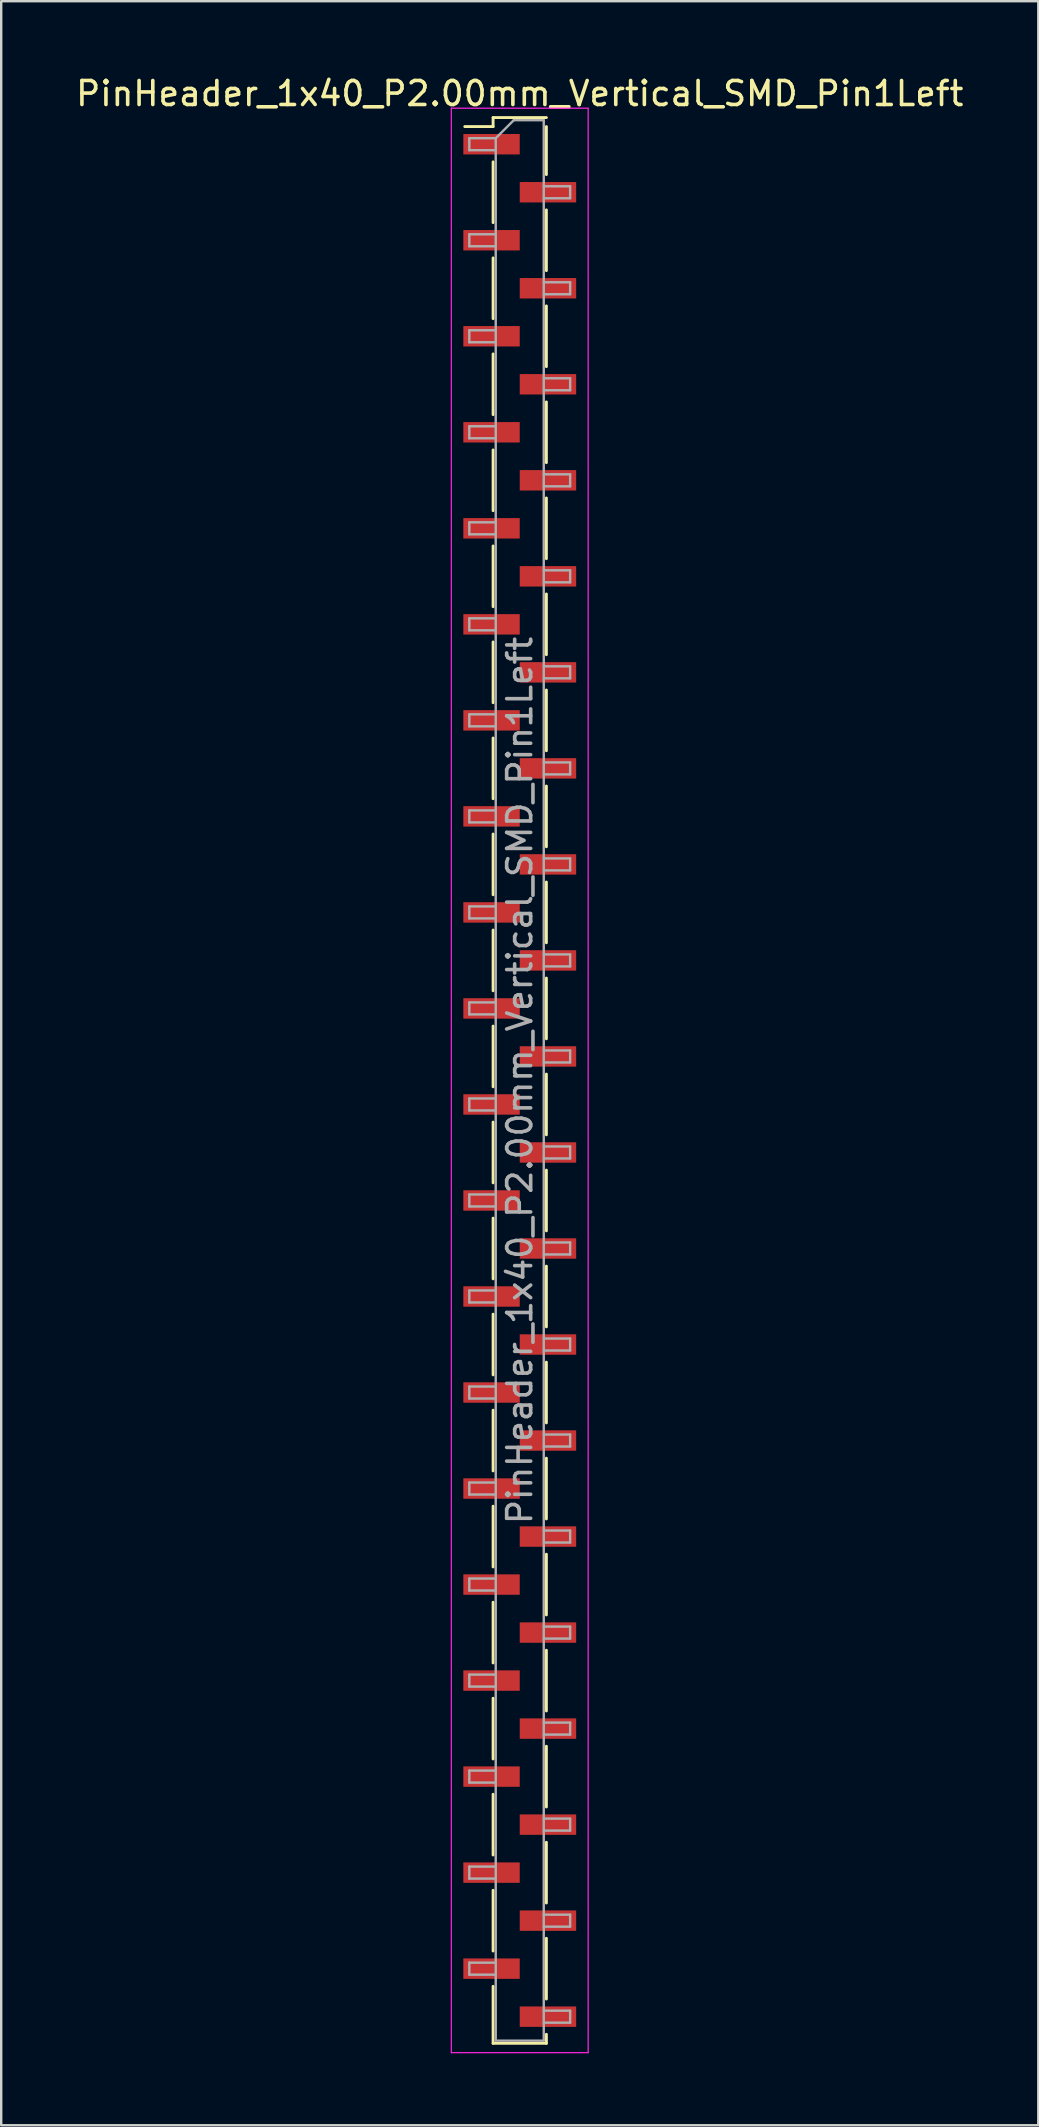
<source format=kicad_pcb>
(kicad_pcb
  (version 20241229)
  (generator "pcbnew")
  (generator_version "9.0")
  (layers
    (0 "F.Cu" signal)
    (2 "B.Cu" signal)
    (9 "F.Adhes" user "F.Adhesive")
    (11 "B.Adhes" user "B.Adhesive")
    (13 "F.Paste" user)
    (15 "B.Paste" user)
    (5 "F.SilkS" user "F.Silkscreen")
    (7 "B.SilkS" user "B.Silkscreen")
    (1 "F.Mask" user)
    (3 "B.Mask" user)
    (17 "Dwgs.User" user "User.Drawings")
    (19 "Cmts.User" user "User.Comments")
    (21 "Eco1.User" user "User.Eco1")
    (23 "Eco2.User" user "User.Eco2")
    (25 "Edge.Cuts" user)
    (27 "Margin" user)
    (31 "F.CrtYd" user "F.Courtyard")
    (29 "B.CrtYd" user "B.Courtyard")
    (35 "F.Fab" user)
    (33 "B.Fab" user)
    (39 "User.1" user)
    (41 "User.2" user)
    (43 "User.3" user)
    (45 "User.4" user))
  (footprint "PinHeader_1x40_P2.00mm_Vertical_SMD_Pin1Left"
    (layer "F.Cu")
    (at 18.601 41.958)
    (property "Reference" "PinHeader_1x40_P2.00mm_Vertical_SMD_Pin1Left" (at 0 -41.11 0) (layer "F.SilkS") (effects (font (size 1 1) (thickness 0.15))))
    (attr smd)
    (fp_line (start -1.11 -40.11) (end -1.11 -39.735) (stroke (width 0.12) (type solid)) (layer "F.SilkS"))
    (fp_line (start -1.11 -40.11) (end 1.11 -40.11) (stroke (width 0.12) (type solid)) (layer "F.SilkS"))
    (fp_line (start -1.11 -39.735) (end -2.29 -39.735) (stroke (width 0.12) (type solid)) (layer "F.SilkS"))
    (fp_line (start -1.11 -38.265) (end -1.11 -35.735) (stroke (width 0.12) (type solid)) (layer "F.SilkS"))
    (fp_line (start -1.11 -34.265) (end -1.11 -31.735) (stroke (width 0.12) (type solid)) (layer "F.SilkS"))
    (fp_line (start -1.11 -30.265) (end -1.11 -27.735) (stroke (width 0.12) (type solid)) (layer "F.SilkS"))
    (fp_line (start -1.11 -26.265) (end -1.11 -23.735) (stroke (width 0.12) (type solid)) (layer "F.SilkS"))
    (fp_line (start -1.11 -22.265) (end -1.11 -19.735) (stroke (width 0.12) (type solid)) (layer "F.SilkS"))
    (fp_line (start -1.11 -18.265) (end -1.11 -15.735) (stroke (width 0.12) (type solid)) (layer "F.SilkS"))
    (fp_line (start -1.11 -14.265) (end -1.11 -11.735) (stroke (width 0.12) (type solid)) (layer "F.SilkS"))
    (fp_line (start -1.11 -10.265) (end -1.11 -7.735) (stroke (width 0.12) (type solid)) (layer "F.SilkS"))
    (fp_line (start -1.11 -6.265) (end -1.11 -3.735) (stroke (width 0.12) (type solid)) (layer "F.SilkS"))
    (fp_line (start -1.11 -2.265) (end -1.11 0.265) (stroke (width 0.12) (type solid)) (layer "F.SilkS"))
    (fp_line (start -1.11 1.735) (end -1.11 4.265) (stroke (width 0.12) (type solid)) (layer "F.SilkS"))
    (fp_line (start -1.11 5.735) (end -1.11 8.265) (stroke (width 0.12) (type solid)) (layer "F.SilkS"))
    (fp_line (start -1.11 9.735) (end -1.11 12.265) (stroke (width 0.12) (type solid)) (layer "F.SilkS"))
    (fp_line (start -1.11 13.735) (end -1.11 16.265) (stroke (width 0.12) (type solid)) (layer "F.SilkS"))
    (fp_line (start -1.11 17.735) (end -1.11 20.265) (stroke (width 0.12) (type solid)) (layer "F.SilkS"))
    (fp_line (start -1.11 21.735) (end -1.11 24.265) (stroke (width 0.12) (type solid)) (layer "F.SilkS"))
    (fp_line (start -1.11 25.735) (end -1.11 28.265) (stroke (width 0.12) (type solid)) (layer "F.SilkS"))
    (fp_line (start -1.11 29.735) (end -1.11 32.265) (stroke (width 0.12) (type solid)) (layer "F.SilkS"))
    (fp_line (start -1.11 33.735) (end -1.11 36.265) (stroke (width 0.12) (type solid)) (layer "F.SilkS"))
    (fp_line (start -1.11 37.735) (end -1.11 40.11) (stroke (width 0.12) (type solid)) (layer "F.SilkS"))
    (fp_line (start -1.11 40.11) (end 1.11 40.11) (stroke (width 0.12) (type solid)) (layer "F.SilkS"))
    (fp_line (start 1.11 -39.735) (end 1.11 -37.735) (stroke (width 0.12) (type solid)) (layer "F.SilkS"))
    (fp_line (start 1.11 -36.265) (end 1.11 -33.735) (stroke (width 0.12) (type solid)) (layer "F.SilkS"))
    (fp_line (start 1.11 -32.265) (end 1.11 -29.735) (stroke (width 0.12) (type solid)) (layer "F.SilkS"))
    (fp_line (start 1.11 -28.265) (end 1.11 -25.735) (stroke (width 0.12) (type solid)) (layer "F.SilkS"))
    (fp_line (start 1.11 -24.265) (end 1.11 -21.735) (stroke (width 0.12) (type solid)) (layer "F.SilkS"))
    (fp_line (start 1.11 -20.265) (end 1.11 -17.735) (stroke (width 0.12) (type solid)) (layer "F.SilkS"))
    (fp_line (start 1.11 -16.265) (end 1.11 -13.735) (stroke (width 0.12) (type solid)) (layer "F.SilkS"))
    (fp_line (start 1.11 -12.265) (end 1.11 -9.735) (stroke (width 0.12) (type solid)) (layer "F.SilkS"))
    (fp_line (start 1.11 -8.265) (end 1.11 -5.735) (stroke (width 0.12) (type solid)) (layer "F.SilkS"))
    (fp_line (start 1.11 -4.265) (end 1.11 -1.735) (stroke (width 0.12) (type solid)) (layer "F.SilkS"))
    (fp_line (start 1.11 -0.265) (end 1.11 2.265) (stroke (width 0.12) (type solid)) (layer "F.SilkS"))
    (fp_line (start 1.11 3.735) (end 1.11 6.265) (stroke (width 0.12) (type solid)) (layer "F.SilkS"))
    (fp_line (start 1.11 7.735) (end 1.11 10.265) (stroke (width 0.12) (type solid)) (layer "F.SilkS"))
    (fp_line (start 1.11 11.735) (end 1.11 14.265) (stroke (width 0.12) (type solid)) (layer "F.SilkS"))
    (fp_line (start 1.11 15.735) (end 1.11 18.265) (stroke (width 0.12) (type solid)) (layer "F.SilkS"))
    (fp_line (start 1.11 19.735) (end 1.11 22.265) (stroke (width 0.12) (type solid)) (layer "F.SilkS"))
    (fp_line (start 1.11 23.735) (end 1.11 26.265) (stroke (width 0.12) (type solid)) (layer "F.SilkS"))
    (fp_line (start 1.11 27.735) (end 1.11 30.265) (stroke (width 0.12) (type solid)) (layer "F.SilkS"))
    (fp_line (start 1.11 31.735) (end 1.11 34.265) (stroke (width 0.12) (type solid)) (layer "F.SilkS"))
    (fp_line (start 1.11 35.735) (end 1.11 38.265) (stroke (width 0.12) (type solid)) (layer "F.SilkS"))
    (fp_line (start 1.11 39.735) (end 1.11 40.11) (stroke (width 0.12) (type solid)) (layer "F.SilkS"))
    (fp_line (start -2.85 -40.5) (end -2.85 40.5) (stroke (width 0.05) (type solid)) (layer "F.CrtYd"))
    (fp_line (start -2.85 40.5) (end 2.85 40.5) (stroke (width 0.05) (type solid)) (layer "F.CrtYd"))
    (fp_line (start 2.85 -40.5) (end -2.85 -40.5) (stroke (width 0.05) (type solid)) (layer "F.CrtYd"))
    (fp_line (start 2.85 40.5) (end 2.85 -40.5) (stroke (width 0.05) (type solid)) (layer "F.CrtYd"))
    (fp_line (start -2.1 -39.25) (end -2.1 -38.75) (stroke (width 0.1) (type solid)) (layer "F.Fab"))
    (fp_line (start -2.1 -38.75) (end -1 -38.75) (stroke (width 0.1) (type solid)) (layer "F.Fab"))
    (fp_line (start -2.1 -35.25) (end -2.1 -34.75) (stroke (width 0.1) (type solid)) (layer "F.Fab"))
    (fp_line (start -2.1 -34.75) (end -1 -34.75) (stroke (width 0.1) (type solid)) (layer "F.Fab"))
    (fp_line (start -2.1 -31.25) (end -2.1 -30.75) (stroke (width 0.1) (type solid)) (layer "F.Fab"))
    (fp_line (start -2.1 -30.75) (end -1 -30.75) (stroke (width 0.1) (type solid)) (layer "F.Fab"))
    (fp_line (start -2.1 -27.25) (end -2.1 -26.75) (stroke (width 0.1) (type solid)) (layer "F.Fab"))
    (fp_line (start -2.1 -26.75) (end -1 -26.75) (stroke (width 0.1) (type solid)) (layer "F.Fab"))
    (fp_line (start -2.1 -23.25) (end -2.1 -22.75) (stroke (width 0.1) (type solid)) (layer "F.Fab"))
    (fp_line (start -2.1 -22.75) (end -1 -22.75) (stroke (width 0.1) (type solid)) (layer "F.Fab"))
    (fp_line (start -2.1 -19.25) (end -2.1 -18.75) (stroke (width 0.1) (type solid)) (layer "F.Fab"))
    (fp_line (start -2.1 -18.75) (end -1 -18.75) (stroke (width 0.1) (type solid)) (layer "F.Fab"))
    (fp_line (start -2.1 -15.25) (end -2.1 -14.75) (stroke (width 0.1) (type solid)) (layer "F.Fab"))
    (fp_line (start -2.1 -14.75) (end -1 -14.75) (stroke (width 0.1) (type solid)) (layer "F.Fab"))
    (fp_line (start -2.1 -11.25) (end -2.1 -10.75) (stroke (width 0.1) (type solid)) (layer "F.Fab"))
    (fp_line (start -2.1 -10.75) (end -1 -10.75) (stroke (width 0.1) (type solid)) (layer "F.Fab"))
    (fp_line (start -2.1 -7.25) (end -2.1 -6.75) (stroke (width 0.1) (type solid)) (layer "F.Fab"))
    (fp_line (start -2.1 -6.75) (end -1 -6.75) (stroke (width 0.1) (type solid)) (layer "F.Fab"))
    (fp_line (start -2.1 -3.25) (end -2.1 -2.75) (stroke (width 0.1) (type solid)) (layer "F.Fab"))
    (fp_line (start -2.1 -2.75) (end -1 -2.75) (stroke (width 0.1) (type solid)) (layer "F.Fab"))
    (fp_line (start -2.1 0.75) (end -2.1 1.25) (stroke (width 0.1) (type solid)) (layer "F.Fab"))
    (fp_line (start -2.1 1.25) (end -1 1.25) (stroke (width 0.1) (type solid)) (layer "F.Fab"))
    (fp_line (start -2.1 4.75) (end -2.1 5.25) (stroke (width 0.1) (type solid)) (layer "F.Fab"))
    (fp_line (start -2.1 5.25) (end -1 5.25) (stroke (width 0.1) (type solid)) (layer "F.Fab"))
    (fp_line (start -2.1 8.75) (end -2.1 9.25) (stroke (width 0.1) (type solid)) (layer "F.Fab"))
    (fp_line (start -2.1 9.25) (end -1 9.25) (stroke (width 0.1) (type solid)) (layer "F.Fab"))
    (fp_line (start -2.1 12.75) (end -2.1 13.25) (stroke (width 0.1) (type solid)) (layer "F.Fab"))
    (fp_line (start -2.1 13.25) (end -1 13.25) (stroke (width 0.1) (type solid)) (layer "F.Fab"))
    (fp_line (start -2.1 16.75) (end -2.1 17.25) (stroke (width 0.1) (type solid)) (layer "F.Fab"))
    (fp_line (start -2.1 17.25) (end -1 17.25) (stroke (width 0.1) (type solid)) (layer "F.Fab"))
    (fp_line (start -2.1 20.75) (end -2.1 21.25) (stroke (width 0.1) (type solid)) (layer "F.Fab"))
    (fp_line (start -2.1 21.25) (end -1 21.25) (stroke (width 0.1) (type solid)) (layer "F.Fab"))
    (fp_line (start -2.1 24.75) (end -2.1 25.25) (stroke (width 0.1) (type solid)) (layer "F.Fab"))
    (fp_line (start -2.1 25.25) (end -1 25.25) (stroke (width 0.1) (type solid)) (layer "F.Fab"))
    (fp_line (start -2.1 28.75) (end -2.1 29.25) (stroke (width 0.1) (type solid)) (layer "F.Fab"))
    (fp_line (start -2.1 29.25) (end -1 29.25) (stroke (width 0.1) (type solid)) (layer "F.Fab"))
    (fp_line (start -2.1 32.75) (end -2.1 33.25) (stroke (width 0.1) (type solid)) (layer "F.Fab"))
    (fp_line (start -2.1 33.25) (end -1 33.25) (stroke (width 0.1) (type solid)) (layer "F.Fab"))
    (fp_line (start -2.1 36.75) (end -2.1 37.25) (stroke (width 0.1) (type solid)) (layer "F.Fab"))
    (fp_line (start -2.1 37.25) (end -1 37.25) (stroke (width 0.1) (type solid)) (layer "F.Fab"))
    (fp_line (start -1 -39.25) (end -2.1 -39.25) (stroke (width 0.1) (type solid)) (layer "F.Fab"))
    (fp_line (start -1 -39.25) (end -0.25 -40) (stroke (width 0.1) (type solid)) (layer "F.Fab"))
    (fp_line (start -1 -35.25) (end -2.1 -35.25) (stroke (width 0.1) (type solid)) (layer "F.Fab"))
    (fp_line (start -1 -31.25) (end -2.1 -31.25) (stroke (width 0.1) (type solid)) (layer "F.Fab"))
    (fp_line (start -1 -27.25) (end -2.1 -27.25) (stroke (width 0.1) (type solid)) (layer "F.Fab"))
    (fp_line (start -1 -23.25) (end -2.1 -23.25) (stroke (width 0.1) (type solid)) (layer "F.Fab"))
    (fp_line (start -1 -19.25) (end -2.1 -19.25) (stroke (width 0.1) (type solid)) (layer "F.Fab"))
    (fp_line (start -1 -15.25) (end -2.1 -15.25) (stroke (width 0.1) (type solid)) (layer "F.Fab"))
    (fp_line (start -1 -11.25) (end -2.1 -11.25) (stroke (width 0.1) (type solid)) (layer "F.Fab"))
    (fp_line (start -1 -7.25) (end -2.1 -7.25) (stroke (width 0.1) (type solid)) (layer "F.Fab"))
    (fp_line (start -1 -3.25) (end -2.1 -3.25) (stroke (width 0.1) (type solid)) (layer "F.Fab"))
    (fp_line (start -1 0.75) (end -2.1 0.75) (stroke (width 0.1) (type solid)) (layer "F.Fab"))
    (fp_line (start -1 4.75) (end -2.1 4.75) (stroke (width 0.1) (type solid)) (layer "F.Fab"))
    (fp_line (start -1 8.75) (end -2.1 8.75) (stroke (width 0.1) (type solid)) (layer "F.Fab"))
    (fp_line (start -1 12.75) (end -2.1 12.75) (stroke (width 0.1) (type solid)) (layer "F.Fab"))
    (fp_line (start -1 16.75) (end -2.1 16.75) (stroke (width 0.1) (type solid)) (layer "F.Fab"))
    (fp_line (start -1 20.75) (end -2.1 20.75) (stroke (width 0.1) (type solid)) (layer "F.Fab"))
    (fp_line (start -1 24.75) (end -2.1 24.75) (stroke (width 0.1) (type solid)) (layer "F.Fab"))
    (fp_line (start -1 28.75) (end -2.1 28.75) (stroke (width 0.1) (type solid)) (layer "F.Fab"))
    (fp_line (start -1 32.75) (end -2.1 32.75) (stroke (width 0.1) (type solid)) (layer "F.Fab"))
    (fp_line (start -1 36.75) (end -2.1 36.75) (stroke (width 0.1) (type solid)) (layer "F.Fab"))
    (fp_line (start -1 40) (end -1 -39.25) (stroke (width 0.1) (type solid)) (layer "F.Fab"))
    (fp_line (start -0.25 -40) (end 1 -40) (stroke (width 0.1) (type solid)) (layer "F.Fab"))
    (fp_line (start 1 -40) (end 1 40) (stroke (width 0.1) (type solid)) (layer "F.Fab"))
    (fp_line (start 1 -37.25) (end 2.1 -37.25) (stroke (width 0.1) (type solid)) (layer "F.Fab"))
    (fp_line (start 1 -33.25) (end 2.1 -33.25) (stroke (width 0.1) (type solid)) (layer "F.Fab"))
    (fp_line (start 1 -29.25) (end 2.1 -29.25) (stroke (width 0.1) (type solid)) (layer "F.Fab"))
    (fp_line (start 1 -25.25) (end 2.1 -25.25) (stroke (width 0.1) (type solid)) (layer "F.Fab"))
    (fp_line (start 1 -21.25) (end 2.1 -21.25) (stroke (width 0.1) (type solid)) (layer "F.Fab"))
    (fp_line (start 1 -17.25) (end 2.1 -17.25) (stroke (width 0.1) (type solid)) (layer "F.Fab"))
    (fp_line (start 1 -13.25) (end 2.1 -13.25) (stroke (width 0.1) (type solid)) (layer "F.Fab"))
    (fp_line (start 1 -9.25) (end 2.1 -9.25) (stroke (width 0.1) (type solid)) (layer "F.Fab"))
    (fp_line (start 1 -5.25) (end 2.1 -5.25) (stroke (width 0.1) (type solid)) (layer "F.Fab"))
    (fp_line (start 1 -1.25) (end 2.1 -1.25) (stroke (width 0.1) (type solid)) (layer "F.Fab"))
    (fp_line (start 1 2.75) (end 2.1 2.75) (stroke (width 0.1) (type solid)) (layer "F.Fab"))
    (fp_line (start 1 6.75) (end 2.1 6.75) (stroke (width 0.1) (type solid)) (layer "F.Fab"))
    (fp_line (start 1 10.75) (end 2.1 10.75) (stroke (width 0.1) (type solid)) (layer "F.Fab"))
    (fp_line (start 1 14.75) (end 2.1 14.75) (stroke (width 0.1) (type solid)) (layer "F.Fab"))
    (fp_line (start 1 18.75) (end 2.1 18.75) (stroke (width 0.1) (type solid)) (layer "F.Fab"))
    (fp_line (start 1 22.75) (end 2.1 22.75) (stroke (width 0.1) (type solid)) (layer "F.Fab"))
    (fp_line (start 1 26.75) (end 2.1 26.75) (stroke (width 0.1) (type solid)) (layer "F.Fab"))
    (fp_line (start 1 30.75) (end 2.1 30.75) (stroke (width 0.1) (type solid)) (layer "F.Fab"))
    (fp_line (start 1 34.75) (end 2.1 34.75) (stroke (width 0.1) (type solid)) (layer "F.Fab"))
    (fp_line (start 1 38.75) (end 2.1 38.75) (stroke (width 0.1) (type solid)) (layer "F.Fab"))
    (fp_line (start 1 40) (end -1 40) (stroke (width 0.1) (type solid)) (layer "F.Fab"))
    (fp_line (start 2.1 -37.25) (end 2.1 -36.75) (stroke (width 0.1) (type solid)) (layer "F.Fab"))
    (fp_line (start 2.1 -36.75) (end 1 -36.75) (stroke (width 0.1) (type solid)) (layer "F.Fab"))
    (fp_line (start 2.1 -33.25) (end 2.1 -32.75) (stroke (width 0.1) (type solid)) (layer "F.Fab"))
    (fp_line (start 2.1 -32.75) (end 1 -32.75) (stroke (width 0.1) (type solid)) (layer "F.Fab"))
    (fp_line (start 2.1 -29.25) (end 2.1 -28.75) (stroke (width 0.1) (type solid)) (layer "F.Fab"))
    (fp_line (start 2.1 -28.75) (end 1 -28.75) (stroke (width 0.1) (type solid)) (layer "F.Fab"))
    (fp_line (start 2.1 -25.25) (end 2.1 -24.75) (stroke (width 0.1) (type solid)) (layer "F.Fab"))
    (fp_line (start 2.1 -24.75) (end 1 -24.75) (stroke (width 0.1) (type solid)) (layer "F.Fab"))
    (fp_line (start 2.1 -21.25) (end 2.1 -20.75) (stroke (width 0.1) (type solid)) (layer "F.Fab"))
    (fp_line (start 2.1 -20.75) (end 1 -20.75) (stroke (width 0.1) (type solid)) (layer "F.Fab"))
    (fp_line (start 2.1 -17.25) (end 2.1 -16.75) (stroke (width 0.1) (type solid)) (layer "F.Fab"))
    (fp_line (start 2.1 -16.75) (end 1 -16.75) (stroke (width 0.1) (type solid)) (layer "F.Fab"))
    (fp_line (start 2.1 -13.25) (end 2.1 -12.75) (stroke (width 0.1) (type solid)) (layer "F.Fab"))
    (fp_line (start 2.1 -12.75) (end 1 -12.75) (stroke (width 0.1) (type solid)) (layer "F.Fab"))
    (fp_line (start 2.1 -9.25) (end 2.1 -8.75) (stroke (width 0.1) (type solid)) (layer "F.Fab"))
    (fp_line (start 2.1 -8.75) (end 1 -8.75) (stroke (width 0.1) (type solid)) (layer "F.Fab"))
    (fp_line (start 2.1 -5.25) (end 2.1 -4.75) (stroke (width 0.1) (type solid)) (layer "F.Fab"))
    (fp_line (start 2.1 -4.75) (end 1 -4.75) (stroke (width 0.1) (type solid)) (layer "F.Fab"))
    (fp_line (start 2.1 -1.25) (end 2.1 -0.75) (stroke (width 0.1) (type solid)) (layer "F.Fab"))
    (fp_line (start 2.1 -0.75) (end 1 -0.75) (stroke (width 0.1) (type solid)) (layer "F.Fab"))
    (fp_line (start 2.1 2.75) (end 2.1 3.25) (stroke (width 0.1) (type solid)) (layer "F.Fab"))
    (fp_line (start 2.1 3.25) (end 1 3.25) (stroke (width 0.1) (type solid)) (layer "F.Fab"))
    (fp_line (start 2.1 6.75) (end 2.1 7.25) (stroke (width 0.1) (type solid)) (layer "F.Fab"))
    (fp_line (start 2.1 7.25) (end 1 7.25) (stroke (width 0.1) (type solid)) (layer "F.Fab"))
    (fp_line (start 2.1 10.75) (end 2.1 11.25) (stroke (width 0.1) (type solid)) (layer "F.Fab"))
    (fp_line (start 2.1 11.25) (end 1 11.25) (stroke (width 0.1) (type solid)) (layer "F.Fab"))
    (fp_line (start 2.1 14.75) (end 2.1 15.25) (stroke (width 0.1) (type solid)) (layer "F.Fab"))
    (fp_line (start 2.1 15.25) (end 1 15.25) (stroke (width 0.1) (type solid)) (layer "F.Fab"))
    (fp_line (start 2.1 18.75) (end 2.1 19.25) (stroke (width 0.1) (type solid)) (layer "F.Fab"))
    (fp_line (start 2.1 19.25) (end 1 19.25) (stroke (width 0.1) (type solid)) (layer "F.Fab"))
    (fp_line (start 2.1 22.75) (end 2.1 23.25) (stroke (width 0.1) (type solid)) (layer "F.Fab"))
    (fp_line (start 2.1 23.25) (end 1 23.25) (stroke (width 0.1) (type solid)) (layer "F.Fab"))
    (fp_line (start 2.1 26.75) (end 2.1 27.25) (stroke (width 0.1) (type solid)) (layer "F.Fab"))
    (fp_line (start 2.1 27.25) (end 1 27.25) (stroke (width 0.1) (type solid)) (layer "F.Fab"))
    (fp_line (start 2.1 30.75) (end 2.1 31.25) (stroke (width 0.1) (type solid)) (layer "F.Fab"))
    (fp_line (start 2.1 31.25) (end 1 31.25) (stroke (width 0.1) (type solid)) (layer "F.Fab"))
    (fp_line (start 2.1 34.75) (end 2.1 35.25) (stroke (width 0.1) (type solid)) (layer "F.Fab"))
    (fp_line (start 2.1 35.25) (end 1 35.25) (stroke (width 0.1) (type solid)) (layer "F.Fab"))
    (fp_line (start 2.1 38.75) (end 2.1 39.25) (stroke (width 0.1) (type solid)) (layer "F.Fab"))
    (fp_line (start 2.1 39.25) (end 1 39.25) (stroke (width 0.1) (type solid)) (layer "F.Fab"))
    (fp_text user "${REFERENCE}" (at 0 0 90) (layer "F.Fab") (effects (font (size 1 1) (thickness 0.15))))
    (pad "1" smd rect (at -1.175 -39) (size 2.35 0.85) (layers "F.Cu" "F.Mask" "F.Paste"))
    (pad "2" smd rect (at 1.175 -37) (size 2.35 0.85) (layers "F.Cu" "F.Mask" "F.Paste"))
    (pad "3" smd rect (at -1.175 -35) (size 2.35 0.85) (layers "F.Cu" "F.Mask" "F.Paste"))
    (pad "4" smd rect (at 1.175 -33) (size 2.35 0.85) (layers "F.Cu" "F.Mask" "F.Paste"))
    (pad "5" smd rect (at -1.175 -31) (size 2.35 0.85) (layers "F.Cu" "F.Mask" "F.Paste"))
    (pad "6" smd rect (at 1.175 -29) (size 2.35 0.85) (layers "F.Cu" "F.Mask" "F.Paste"))
    (pad "7" smd rect (at -1.175 -27) (size 2.35 0.85) (layers "F.Cu" "F.Mask" "F.Paste"))
    (pad "8" smd rect (at 1.175 -25) (size 2.35 0.85) (layers "F.Cu" "F.Mask" "F.Paste"))
    (pad "9" smd rect (at -1.175 -23) (size 2.35 0.85) (layers "F.Cu" "F.Mask" "F.Paste"))
    (pad "10" smd rect (at 1.175 -21) (size 2.35 0.85) (layers "F.Cu" "F.Mask" "F.Paste"))
    (pad "11" smd rect (at -1.175 -19) (size 2.35 0.85) (layers "F.Cu" "F.Mask" "F.Paste"))
    (pad "12" smd rect (at 1.175 -17) (size 2.35 0.85) (layers "F.Cu" "F.Mask" "F.Paste"))
    (pad "13" smd rect (at -1.175 -15) (size 2.35 0.85) (layers "F.Cu" "F.Mask" "F.Paste"))
    (pad "14" smd rect (at 1.175 -13) (size 2.35 0.85) (layers "F.Cu" "F.Mask" "F.Paste"))
    (pad "15" smd rect (at -1.175 -11) (size 2.35 0.85) (layers "F.Cu" "F.Mask" "F.Paste"))
    (pad "16" smd rect (at 1.175 -9) (size 2.35 0.85) (layers "F.Cu" "F.Mask" "F.Paste"))
    (pad "17" smd rect (at -1.175 -7) (size 2.35 0.85) (layers "F.Cu" "F.Mask" "F.Paste"))
    (pad "18" smd rect (at 1.175 -5) (size 2.35 0.85) (layers "F.Cu" "F.Mask" "F.Paste"))
    (pad "19" smd rect (at -1.175 -3) (size 2.35 0.85) (layers "F.Cu" "F.Mask" "F.Paste"))
    (pad "20" smd rect (at 1.175 -1) (size 2.35 0.85) (layers "F.Cu" "F.Mask" "F.Paste"))
    (pad "21" smd rect (at -1.175 1) (size 2.35 0.85) (layers "F.Cu" "F.Mask" "F.Paste"))
    (pad "22" smd rect (at 1.175 3) (size 2.35 0.85) (layers "F.Cu" "F.Mask" "F.Paste"))
    (pad "23" smd rect (at -1.175 5) (size 2.35 0.85) (layers "F.Cu" "F.Mask" "F.Paste"))
    (pad "24" smd rect (at 1.175 7) (size 2.35 0.85) (layers "F.Cu" "F.Mask" "F.Paste"))
    (pad "25" smd rect (at -1.175 9) (size 2.35 0.85) (layers "F.Cu" "F.Mask" "F.Paste"))
    (pad "26" smd rect (at 1.175 11) (size 2.35 0.85) (layers "F.Cu" "F.Mask" "F.Paste"))
    (pad "27" smd rect (at -1.175 13) (size 2.35 0.85) (layers "F.Cu" "F.Mask" "F.Paste"))
    (pad "28" smd rect (at 1.175 15) (size 2.35 0.85) (layers "F.Cu" "F.Mask" "F.Paste"))
    (pad "29" smd rect (at -1.175 17) (size 2.35 0.85) (layers "F.Cu" "F.Mask" "F.Paste"))
    (pad "30" smd rect (at 1.175 19) (size 2.35 0.85) (layers "F.Cu" "F.Mask" "F.Paste"))
    (pad "31" smd rect (at -1.175 21) (size 2.35 0.85) (layers "F.Cu" "F.Mask" "F.Paste"))
    (pad "32" smd rect (at 1.175 23) (size 2.35 0.85) (layers "F.Cu" "F.Mask" "F.Paste"))
    (pad "33" smd rect (at -1.175 25) (size 2.35 0.85) (layers "F.Cu" "F.Mask" "F.Paste"))
    (pad "34" smd rect (at 1.175 27) (size 2.35 0.85) (layers "F.Cu" "F.Mask" "F.Paste"))
    (pad "35" smd rect (at -1.175 29) (size 2.35 0.85) (layers "F.Cu" "F.Mask" "F.Paste"))
    (pad "36" smd rect (at 1.175 31) (size 2.35 0.85) (layers "F.Cu" "F.Mask" "F.Paste"))
    (pad "37" smd rect (at -1.175 33) (size 2.35 0.85) (layers "F.Cu" "F.Mask" "F.Paste"))
    (pad "38" smd rect (at 1.175 35) (size 2.35 0.85) (layers "F.Cu" "F.Mask" "F.Paste"))
    (pad "39" smd rect (at -1.175 37) (size 2.35 0.85) (layers "F.Cu" "F.Mask" "F.Paste"))
    (pad "40" smd rect (at 1.175 39) (size 2.35 0.85) (layers "F.Cu" "F.Mask" "F.Paste")))
  (gr_rect
    (start -3 -3)
    (end 40.202 85.483)
    (stroke (width 0.1) (type default))
    (fill no)
    (layer "Edge.Cuts")))
</source>
